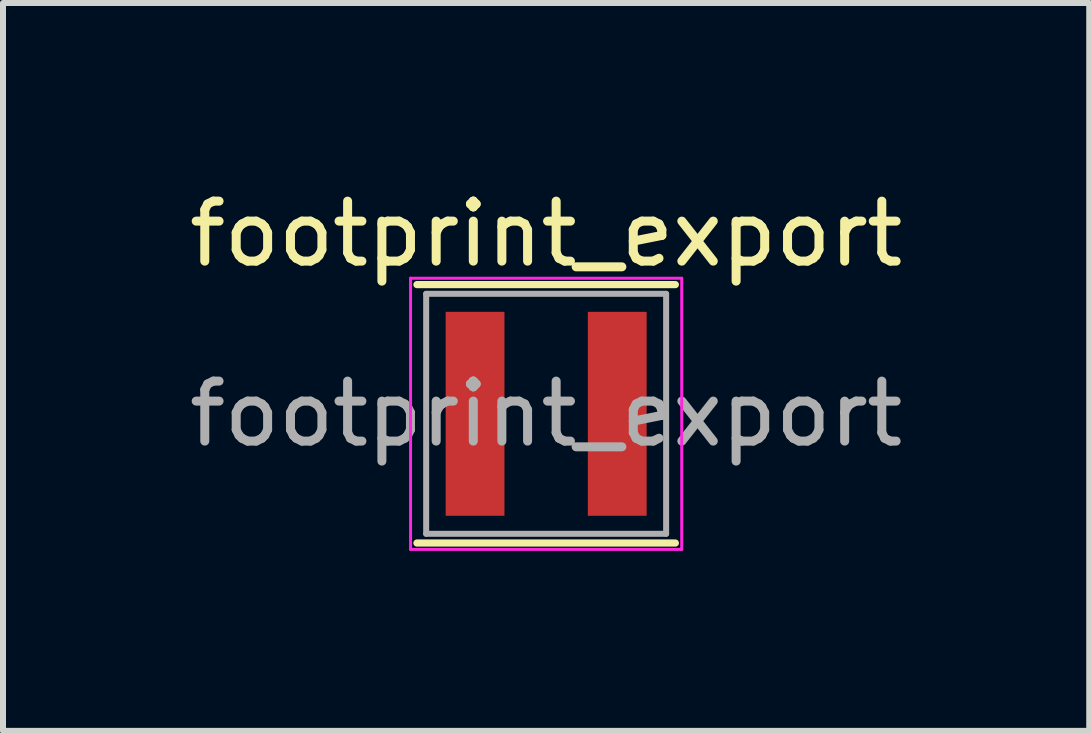
<source format=kicad_pcb>
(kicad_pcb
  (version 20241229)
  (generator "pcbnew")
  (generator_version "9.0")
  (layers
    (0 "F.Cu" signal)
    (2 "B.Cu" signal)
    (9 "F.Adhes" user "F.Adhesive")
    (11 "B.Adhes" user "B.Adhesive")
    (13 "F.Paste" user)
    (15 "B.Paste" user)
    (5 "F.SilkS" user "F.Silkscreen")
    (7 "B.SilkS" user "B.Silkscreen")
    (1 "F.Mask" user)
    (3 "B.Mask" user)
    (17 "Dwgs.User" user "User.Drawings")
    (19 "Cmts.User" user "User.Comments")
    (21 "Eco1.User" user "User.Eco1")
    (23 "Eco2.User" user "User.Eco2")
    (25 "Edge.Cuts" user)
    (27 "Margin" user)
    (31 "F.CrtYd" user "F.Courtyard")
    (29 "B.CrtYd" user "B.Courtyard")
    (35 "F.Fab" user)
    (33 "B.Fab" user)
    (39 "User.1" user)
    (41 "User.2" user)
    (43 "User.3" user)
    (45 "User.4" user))
  (footprint "footprint_export"
    (layer "F.Cu")
    (at 6.054 3.848)
    (property "Reference" "footprint_export" (at 0 -3 0) (layer "F.SilkS") (effects (font (size 1 1) (thickness 0.15))))
    (attr smd)
    (fp_line (start -2.154 -2.154) (end 2.154 -2.154) (stroke (width 0.12) (type solid)) (layer "F.SilkS"))
    (fp_line (start 2.154 2.154) (end -2.154 2.154) (stroke (width 0.12) (type solid)) (layer "F.SilkS"))
    (fp_line (start -2.26 -2.26) (end 2.26 -2.26) (stroke (width 0.05) (type solid)) (layer "F.CrtYd"))
    (fp_line (start -2.26 2.26) (end -2.26 -2.26) (stroke (width 0.05) (type solid)) (layer "F.CrtYd"))
    (fp_line (start 2.26 -2.26) (end 2.26 2.26) (stroke (width 0.05) (type solid)) (layer "F.CrtYd"))
    (fp_line (start 2.26 2.26) (end -2.26 2.26) (stroke (width 0.05) (type solid)) (layer "F.CrtYd"))
    (fp_line (start -2 -2) (end 2 -2) (stroke (width 0.1) (type solid)) (layer "F.Fab"))
    (fp_line (start -2 2) (end -2 -2) (stroke (width 0.1) (type solid)) (layer "F.Fab"))
    (fp_line (start 2 -2) (end 2 2) (stroke (width 0.1) (type solid)) (layer "F.Fab"))
    (fp_line (start 2 2) (end -2 2) (stroke (width 0.1) (type solid)) (layer "F.Fab"))
    (fp_text user "${REFERENCE}" (at 0 0 0) (layer "F.Fab") (effects (font (size 1 1) (thickness 0.15))))
    (pad "1" smd rect (at -1.185 0) (size 0.98 3.4) (layers "F.Cu" "F.Mask" "F.Paste"))
    (pad "2" smd rect (at 1.185 0) (size 0.98 3.4) (layers "F.Cu" "F.Mask" "F.Paste")))
  (gr_rect
    (start -3 -3)
    (end 15.107 9.133)
    (stroke (width 0.1) (type default))
    (fill no)
    (layer "Edge.Cuts")))
</source>
